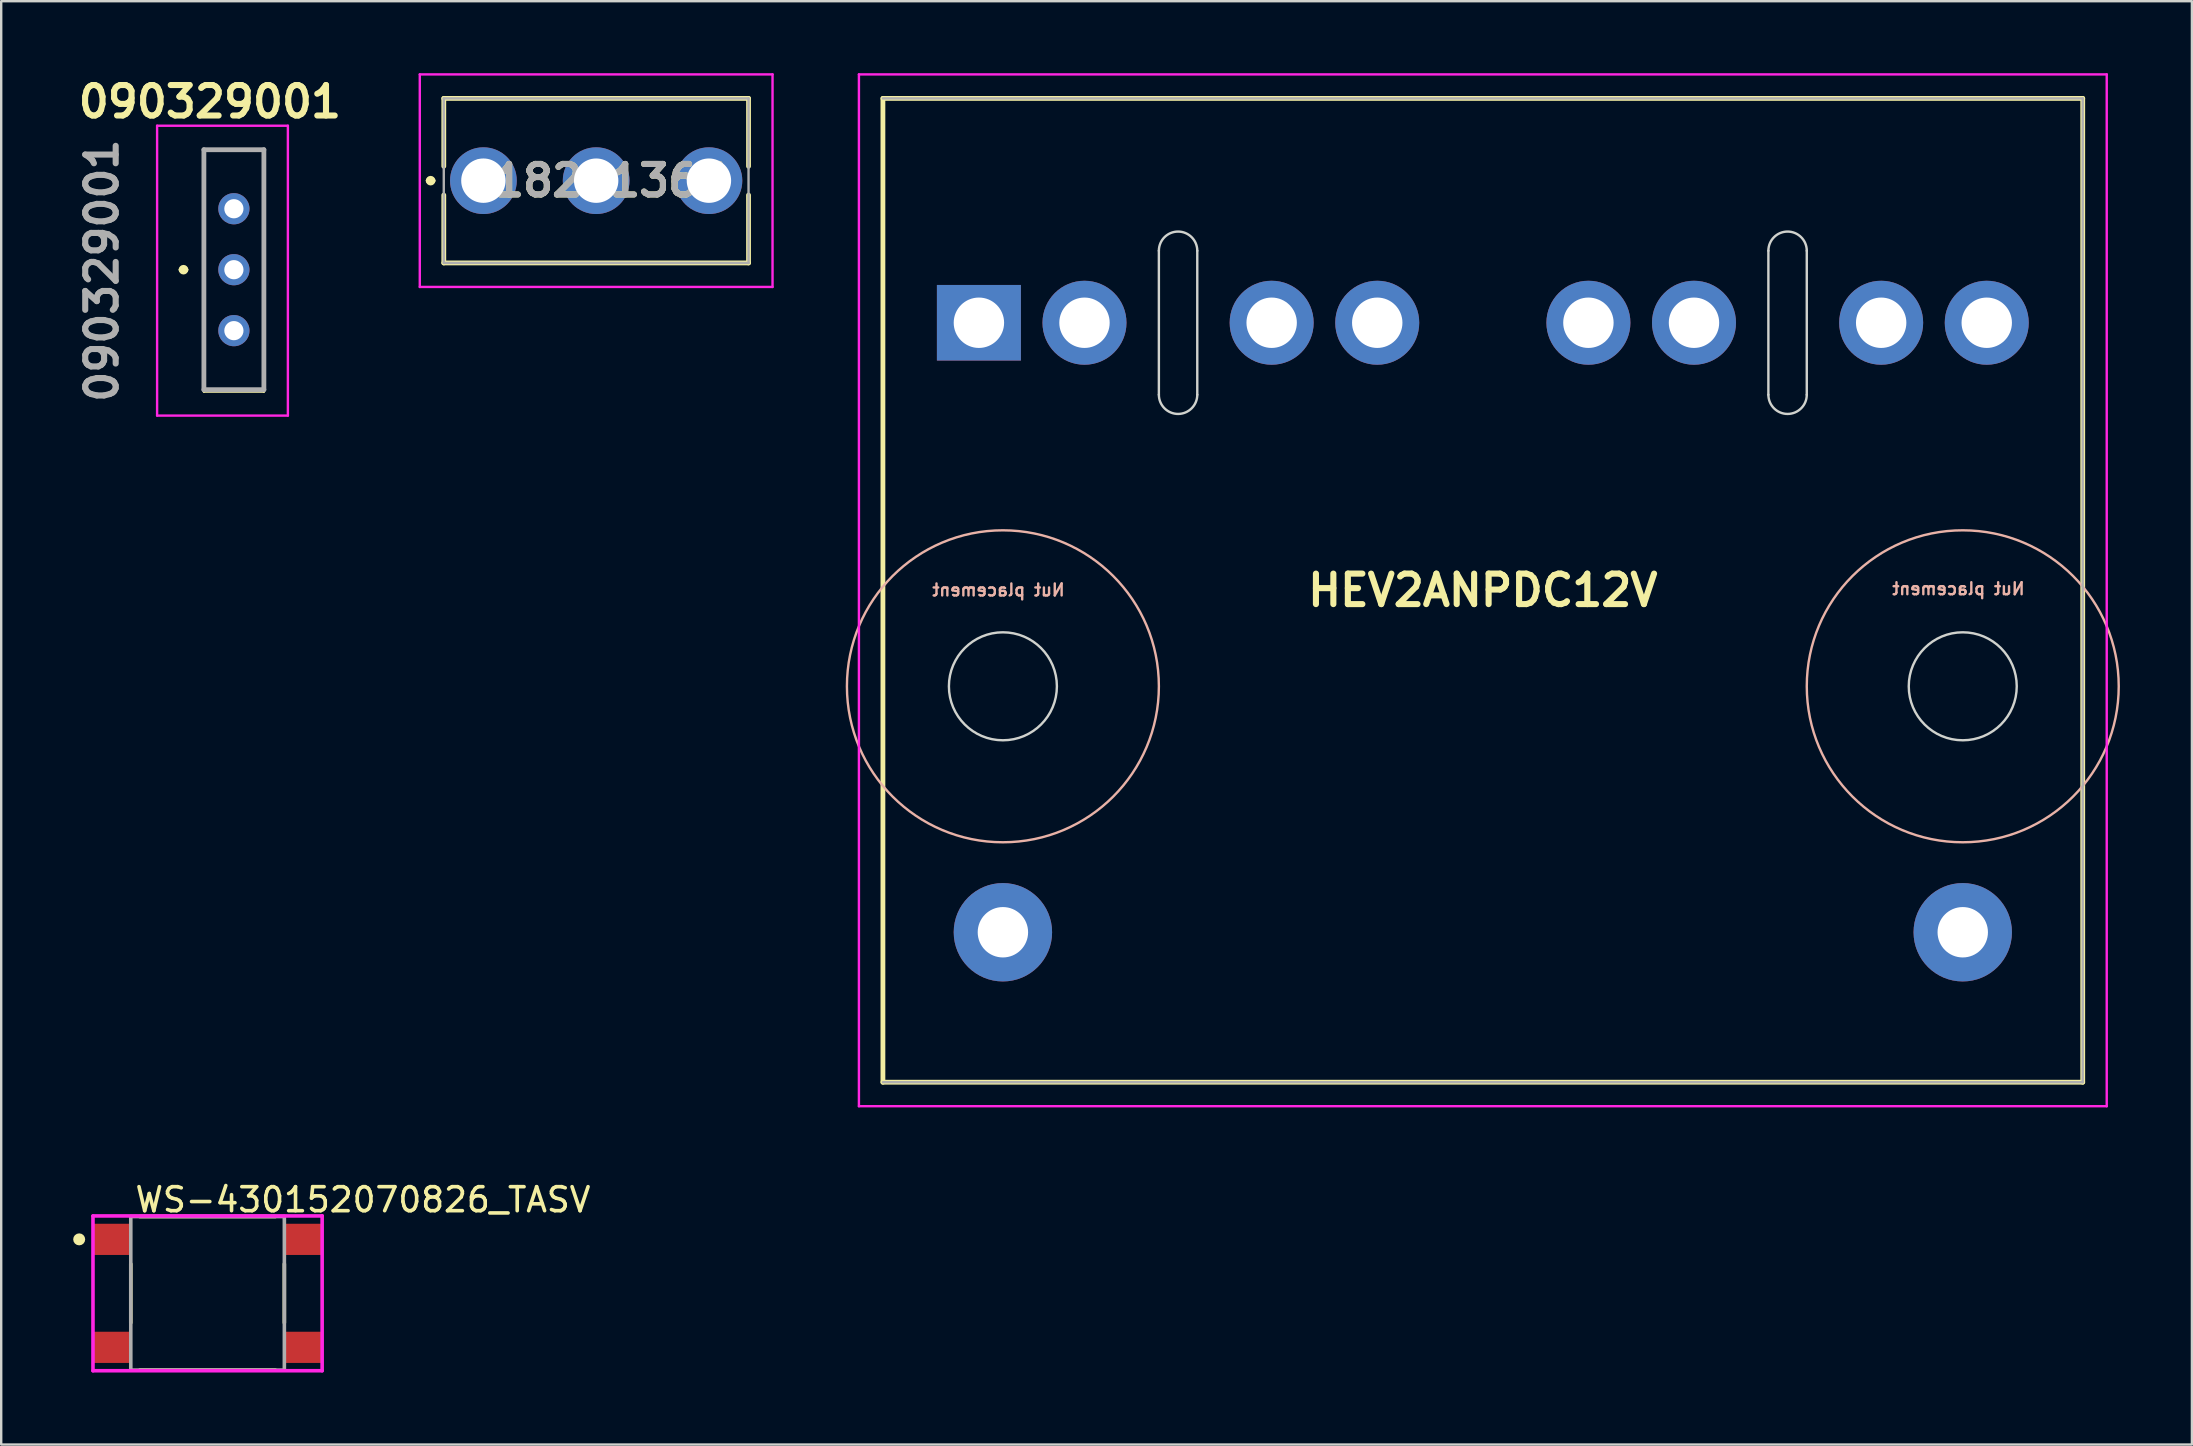
<source format=kicad_pcb>
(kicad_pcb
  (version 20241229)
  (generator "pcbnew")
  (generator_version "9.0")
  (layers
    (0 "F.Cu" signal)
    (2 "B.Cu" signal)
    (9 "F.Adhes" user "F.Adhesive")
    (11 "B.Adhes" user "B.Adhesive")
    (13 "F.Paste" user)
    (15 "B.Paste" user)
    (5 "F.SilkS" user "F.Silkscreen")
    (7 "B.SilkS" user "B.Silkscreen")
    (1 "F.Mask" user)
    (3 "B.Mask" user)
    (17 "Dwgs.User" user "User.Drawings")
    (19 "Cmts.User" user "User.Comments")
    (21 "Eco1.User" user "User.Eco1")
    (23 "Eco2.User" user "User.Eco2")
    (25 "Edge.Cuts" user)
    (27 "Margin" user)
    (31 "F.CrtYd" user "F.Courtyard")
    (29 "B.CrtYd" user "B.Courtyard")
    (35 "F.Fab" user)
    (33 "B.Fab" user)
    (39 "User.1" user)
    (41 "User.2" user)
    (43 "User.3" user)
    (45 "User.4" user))
  (footprint "090329001"
    (layer "F.Cu")
    (at 6.697 8.189)
    (property "Reference" "090329001" (at -1 -7 0) (layer "F.SilkS") (effects (font (size 1.27 1.27) (thickness 0.254))))
    (attr through_hole)
    (fp_line (start -2.2 0) (end -2.2 0) (stroke (width 0.2) (type solid)) (layer "F.SilkS"))
    (fp_line (start -2 0) (end -2 0) (stroke (width 0.2) (type solid)) (layer "F.SilkS"))
    (fp_line (start -1.25 -5) (end 1.25 -5) (stroke (width 0.1) (type solid)) (layer "F.SilkS"))
    (fp_line (start -1.25 5.08) (end -1.25 -5) (stroke (width 0.1) (type solid)) (layer "F.SilkS"))
    (fp_line (start 1.25 -5) (end 1.25 5.08) (stroke (width 0.1) (type solid)) (layer "F.SilkS"))
    (fp_line (start 1.25 5.08) (end -1.25 5.08) (stroke (width 0.1) (type solid)) (layer "F.SilkS"))
    (fp_arc (start -2.2 0) (mid -2.1 -0.1) (end -2 0) (stroke (width 0.2) (type solid)) (layer "F.SilkS"))
    (fp_arc (start -2 0) (mid -2.1 0.1) (end -2.2 0) (stroke (width 0.2) (type solid)) (layer "F.SilkS"))
    (fp_line (start -3.2 -6) (end 2.25 -6) (stroke (width 0.1) (type solid)) (layer "F.CrtYd"))
    (fp_line (start -3.2 6.08) (end -3.2 -6) (stroke (width 0.1) (type solid)) (layer "F.CrtYd"))
    (fp_line (start 2.25 -6) (end 2.25 6.08) (stroke (width 0.1) (type solid)) (layer "F.CrtYd"))
    (fp_line (start 2.25 6.08) (end -3.2 6.08) (stroke (width 0.1) (type solid)) (layer "F.CrtYd"))
    (fp_line (start -1.25 -5) (end 1.25 -5) (stroke (width 0.2) (type solid)) (layer "F.Fab"))
    (fp_line (start -1.25 5) (end -1.25 -5) (stroke (width 0.2) (type solid)) (layer "F.Fab"))
    (fp_line (start 1.25 -5) (end 1.25 5) (stroke (width 0.2) (type solid)) (layer "F.Fab"))
    (fp_line (start 1.25 5) (end -1.25 5) (stroke (width 0.2) (type solid)) (layer "F.Fab"))
    (fp_text user "${REFERENCE}" (at -5.5 0.04 90) (layer "F.Fab") (effects (font (size 1.27 1.27) (thickness 0.254))))
    (pad "1" thru_hole circle (at 0 -2.54) (size 1.3 1.3) (drill 0.8) (layers "*.Cu" "*.Mask"))
    (pad "2" thru_hole circle (at 0 2.54) (size 1.3 1.3) (drill 0.8) (layers "*.Cu" "*.Mask"))
    (pad "3" thru_hole circle (at 0 0) (size 1.3 1.3) (drill 0.8) (layers "*.Cu" "*.Mask")))
  (footprint "418251365"
    (layer "F.Cu")
    (at 17.095 4.479)
    (property "Reference" "418251365" (at 4.699 0 0) (layer "F.SilkS") (effects (font (size 1.27 1.27) (thickness 0.254))))
    (attr through_hole)
    (fp_line (start -2.3 0) (end -2.3 0) (stroke (width 0.2) (type solid)) (layer "F.SilkS"))
    (fp_line (start -2.1 0) (end -2.1 0) (stroke (width 0.2) (type solid)) (layer "F.SilkS"))
    (fp_line (start -1.651 -3.429) (end 11.049 -3.429) (stroke (width 0.2) (type solid)) (layer "F.SilkS"))
    (fp_line (start -1.651 -0.6) (end -1.651 -3.429) (stroke (width 0.2) (type solid)) (layer "F.SilkS"))
    (fp_line (start -1.651 0.6) (end -1.651 3.429) (stroke (width 0.2) (type solid)) (layer "F.SilkS"))
    (fp_line (start -1.651 3.429) (end 11.049 3.429) (stroke (width 0.2) (type solid)) (layer "F.SilkS"))
    (fp_line (start 11.049 -3.429) (end 11.049 -0.6) (stroke (width 0.2) (type solid)) (layer "F.SilkS"))
    (fp_line (start 11.049 3.429) (end 11.049 0.6) (stroke (width 0.2) (type solid)) (layer "F.SilkS"))
    (fp_arc (start -2.3 0) (mid -2.2 -0.1) (end -2.1 0) (stroke (width 0.2) (type solid)) (layer "F.SilkS"))
    (fp_arc (start -2.1 0) (mid -2.2 0.1) (end -2.3 0) (stroke (width 0.2) (type solid)) (layer "F.SilkS"))
    (fp_line (start -2.651 -4.429) (end 12.049 -4.429) (stroke (width 0.1) (type solid)) (layer "F.CrtYd"))
    (fp_line (start -2.651 4.429) (end -2.651 -4.429) (stroke (width 0.1) (type solid)) (layer "F.CrtYd"))
    (fp_line (start 12.049 -4.429) (end 12.049 4.429) (stroke (width 0.1) (type solid)) (layer "F.CrtYd"))
    (fp_line (start 12.049 4.429) (end -2.651 4.429) (stroke (width 0.1) (type solid)) (layer "F.CrtYd"))
    (fp_line (start -1.651 -3.429) (end 11.049 -3.429) (stroke (width 0.1) (type solid)) (layer "F.Fab"))
    (fp_line (start -1.651 3.429) (end -1.651 -3.429) (stroke (width 0.1) (type solid)) (layer "F.Fab"))
    (fp_line (start 11.049 -3.429) (end 11.049 3.429) (stroke (width 0.1) (type solid)) (layer "F.Fab"))
    (fp_line (start 11.049 3.429) (end -1.651 3.429) (stroke (width 0.1) (type solid)) (layer "F.Fab"))
    (fp_text user "${REFERENCE}" (at 4.699 0 0) (layer "F.Fab") (effects (font (size 1.27 1.27) (thickness 0.254))))
    (pad "1" thru_hole circle (at 0 0) (size 2.781 2.781) (drill 1.85) (layers "*.Cu" "*.Mask"))
    (pad "2" thru_hole circle (at 4.699 0) (size 2.781 2.781) (drill 1.85) (layers "*.Cu" "*.Mask"))
    (pad "3" thru_hole circle (at 9.398 0) (size 2.781 2.781) (drill 1.85) (layers "*.Cu" "*.Mask")))
  (footprint "WS-430152070826_TASV"
    (layer "F.Cu")
    (at 5.6 50.848)
    (property "Reference" "WS-430152070826_TASV" (at -3.1 -3.9 0) (layer "F.SilkS") (effects (font (size 1 1) (thickness 0.15)) (justify left)))
    (attr through_hole)
    (fp_line (start -3.2 1.225) (end -3.2 -1.225) (stroke (width 0.15) (type solid)) (layer "F.SilkS"))
    (fp_line (start -2.825 -3.2) (end 2.825 -3.2) (stroke (width 0.15) (type solid)) (layer "F.SilkS"))
    (fp_line (start -2.825 3.2) (end 2.825 3.2) (stroke (width 0.15) (type solid)) (layer "F.SilkS"))
    (fp_line (start 3.2 1.225) (end 3.2 -1.225) (stroke (width 0.15) (type solid)) (layer "F.SilkS"))
    (fp_circle (center -5.35 -2.25) (end -5.225 -2.25) (stroke (width 0.25) (type solid)) (fill no) (layer "F.SilkS"))
    (fp_line (start -4.775 -3.225) (end -4.775 3.225) (stroke (width 0.15) (type solid)) (layer "F.CrtYd"))
    (fp_line (start -4.775 3.225) (end 4.775 3.225) (stroke (width 0.15) (type solid)) (layer "F.CrtYd"))
    (fp_line (start 4.775 -3.225) (end -4.775 -3.225) (stroke (width 0.15) (type solid)) (layer "F.CrtYd"))
    (fp_line (start 4.775 -3.225) (end 4.775 -3.225) (stroke (width 0.15) (type solid)) (layer "F.CrtYd"))
    (fp_line (start 4.775 3.225) (end 4.775 -3.225) (stroke (width 0.15) (type solid)) (layer "F.CrtYd"))
    (fp_line (start -3.2 -3.2) (end 3.2 -3.2) (stroke (width 0.15) (type solid)) (layer "F.Fab"))
    (fp_line (start -3.2 3.2) (end -3.2 -3.2) (stroke (width 0.15) (type solid)) (layer "F.Fab"))
    (fp_line (start 3.2 -3.2) (end 3.2 3.2) (stroke (width 0.15) (type solid)) (layer "F.Fab"))
    (fp_line (start 3.2 3.2) (end -3.2 3.2) (stroke (width 0.15) (type solid)) (layer "F.Fab"))
    (pad "1" smd rect (at -3.975 -2.25) (size 1.55 1.3) (layers "F.Cu" "F.Mask" "F.Paste"))
    (pad "1" smd rect (at 3.975 -2.25) (size 1.55 1.3) (layers "F.Cu" "F.Mask" "F.Paste"))
    (pad "2" smd rect (at -3.975 2.25) (size 1.55 1.3) (layers "F.Cu" "F.Mask" "F.Paste"))
    (pad "2" smd rect (at 3.975 2.25) (size 1.55 1.3) (layers "F.Cu" "F.Mask" "F.Paste")))
  (footprint "HEV2ANPDC12V"
    (layer "F.Cu")
    (at 37.744 10.4)
    (property "Reference" "HEV2ANPDC12V" (at 21 11.15 0) (layer "F.SilkS") (effects (font (size 1.27 1.27) (thickness 0.254))))
    (attr through_hole)
    (fp_line (start -4 -9.35) (end -4 31.65) (stroke (width 0.2) (type solid)) (layer "F.SilkS"))
    (fp_line (start -4 31.65) (end 46 31.65) (stroke (width 0.2) (type solid)) (layer "F.SilkS"))
    (fp_line (start 46 -9.35) (end -4 -9.35) (stroke (width 0.2) (type solid)) (layer "F.SilkS"))
    (fp_line (start 46 31.65) (end 46 -9.35) (stroke (width 0.2) (type solid)) (layer "F.SilkS"))
    (fp_circle (center 1 15.15) (end 7.5 15.15) (stroke (width 0.1) (type default)) (fill no) (layer "B.SilkS"))
    (fp_circle (center 41 15.15) (end 47.5 15.15) (stroke (width 0.1) (type default)) (fill no) (layer "B.SilkS"))
    (fp_line (start 7.5 -3) (end 7.5 3) (stroke (width 0.1) (type default)) (layer "Edge.Cuts"))
    (fp_line (start 9.1 -3) (end 9.1 3) (stroke (width 0.1) (type default)) (layer "Edge.Cuts"))
    (fp_line (start 32.9 -3) (end 32.9 3) (stroke (width 0.1) (type default)) (layer "Edge.Cuts"))
    (fp_line (start 34.5 -3) (end 34.5 3) (stroke (width 0.1) (type default)) (layer "Edge.Cuts"))
    (fp_arc (start 7.5 -3) (mid 8.3 -3.8) (end 9.1 -3) (stroke (width 0.1) (type default)) (layer "Edge.Cuts"))
    (fp_arc (start 9.1 3) (mid 8.3 3.8) (end 7.5 3) (stroke (width 0.1) (type default)) (layer "Edge.Cuts"))
    (fp_arc (start 32.9 -3) (mid 33.7 -3.8) (end 34.5 -3) (stroke (width 0.1) (type default)) (layer "Edge.Cuts"))
    (fp_arc (start 34.5 3) (mid 33.7 3.8) (end 32.9 3) (stroke (width 0.1) (type default)) (layer "Edge.Cuts"))
    (fp_circle (center 1 15.15) (end 3.25 15.15) (stroke (width 0.1) (type default)) (fill no) (layer "Edge.Cuts"))
    (fp_circle (center 41 15.15) (end 43.25 15.15) (stroke (width 0.1) (type default)) (fill no) (layer "Edge.Cuts"))
    (fp_line (start -5 -10.35) (end -5 32.65) (stroke (width 0.1) (type solid)) (layer "F.CrtYd"))
    (fp_line (start -5 32.65) (end 47 32.65) (stroke (width 0.1) (type solid)) (layer "F.CrtYd"))
    (fp_line (start 47 -10.35) (end -5 -10.35) (stroke (width 0.1) (type solid)) (layer "F.CrtYd"))
    (fp_line (start 47 32.65) (end 47 -10.35) (stroke (width 0.1) (type solid)) (layer "F.CrtYd"))
    (fp_line (start -4 -9.35) (end 46 -9.35) (stroke (width 0.1) (type solid)) (layer "F.Fab"))
    (fp_line (start 46 -9.35) (end 46 31.65) (stroke (width 0.1) (type solid)) (layer "F.Fab"))
    (fp_line (start 46 31.65) (end -4 31.65) (stroke (width 0.1) (type solid)) (layer "F.Fab"))
    (fp_text user "Nut placement" (at 43.637 11.379 0) (unlocked yes) (layer "B.SilkS") (effects (font (size 0.5 0.5) (thickness 0.1)) (justify left bottom mirror)))
    (fp_text user "Nut placement" (at 3.632 11.43 0) (unlocked yes) (layer "B.SilkS") (effects (font (size 0.5 0.5) (thickness 0.1)) (justify left bottom mirror)))
    (pad "5" thru_hole circle (at 41 25.4) (size 4.1 4.1) (drill 2.1) (layers "*.Cu" "*.Mask"))
    (pad "6" thru_hole circle (at 1 25.4) (size 4.1 4.1) (drill 2.1) (layers "*.Cu" "*.Mask"))
    (pad "A1" thru_hole rect (at 0 0) (size 3.5 3.15) (drill 2.1) (layers "*.Cu" "*.Mask"))
    (pad "A2" thru_hole circle (at 12.2 0) (size 3.5 3.5) (drill 2.1) (layers "*.Cu" "*.Mask"))
    (pad "A3" thru_hole circle (at 25.4 0) (size 3.5 3.5) (drill 2.1) (layers "*.Cu" "*.Mask"))
    (pad "A4" thru_hole circle (at 37.6 0) (size 3.5 3.5) (drill 2.1) (layers "*.Cu" "*.Mask"))
    (pad "B1" thru_hole circle (at 4.4 0) (size 3.5 3.5) (drill 2.1) (layers "*.Cu" "*.Mask"))
    (pad "B2" thru_hole circle (at 16.6 0) (size 3.5 3.5) (drill 2.1) (layers "*.Cu" "*.Mask"))
    (pad "B3" thru_hole circle (at 29.8 0) (size 3.5 3.5) (drill 2.1) (layers "*.Cu" "*.Mask"))
    (pad "B4" thru_hole circle (at 42 0) (size 3.5 3.5) (drill 2.1) (layers "*.Cu" "*.Mask")))
  (gr_rect
    (start -3 -3)
    (end 88.294 57.148)
    (stroke (width 0.1) (type default))
    (fill no)
    (layer "Edge.Cuts")))
</source>
